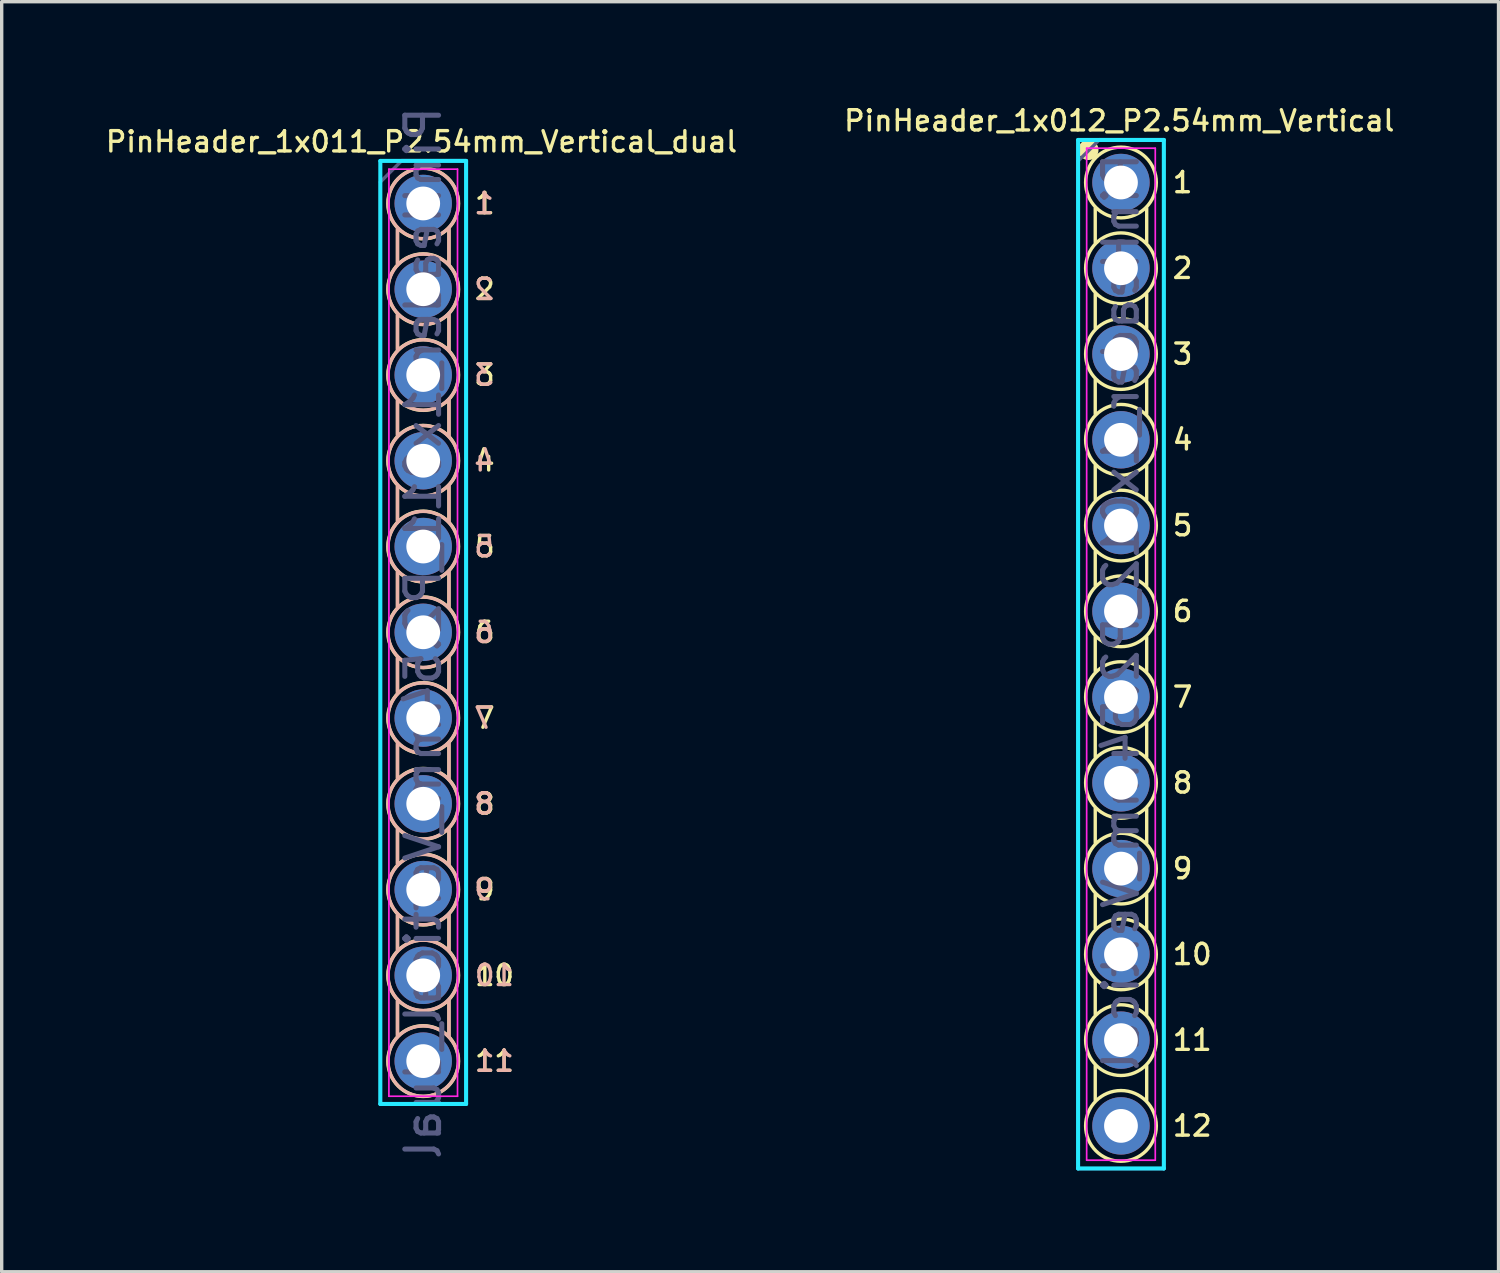
<source format=kicad_pcb>
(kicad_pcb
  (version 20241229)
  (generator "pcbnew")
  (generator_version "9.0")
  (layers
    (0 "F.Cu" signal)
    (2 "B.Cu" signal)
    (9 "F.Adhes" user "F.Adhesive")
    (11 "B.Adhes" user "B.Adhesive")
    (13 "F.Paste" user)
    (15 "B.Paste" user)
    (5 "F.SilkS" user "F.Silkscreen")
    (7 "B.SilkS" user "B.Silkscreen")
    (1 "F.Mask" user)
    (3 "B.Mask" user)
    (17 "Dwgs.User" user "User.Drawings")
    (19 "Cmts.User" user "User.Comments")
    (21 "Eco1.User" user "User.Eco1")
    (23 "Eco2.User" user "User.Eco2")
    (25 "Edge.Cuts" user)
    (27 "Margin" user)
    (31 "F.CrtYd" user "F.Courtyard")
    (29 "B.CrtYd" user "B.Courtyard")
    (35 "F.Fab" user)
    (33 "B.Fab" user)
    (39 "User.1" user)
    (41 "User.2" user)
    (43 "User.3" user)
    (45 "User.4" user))
  (footprint "PinHeader_1x012_P2.54mm_Vertical"
    (layer "F.Cu")
    (at 30.149 2.355)
    (property "Reference" "PinHeader_1x012_P2.54mm_Vertical" (at -0.051 -1.829 0) (layer "F.SilkS") (effects (font (size 0.6 0.6) (thickness 0.1))))
    (attr through_hole)
    (fp_line (start -0.762 0.762) (end -0.762 1.778) (stroke (width 0.1) (type solid)) (layer "F.SilkS"))
    (fp_line (start -0.762 3.302) (end -0.762 4.318) (stroke (width 0.1) (type solid)) (layer "F.SilkS"))
    (fp_line (start -0.762 5.842) (end -0.762 6.858) (stroke (width 0.1) (type solid)) (layer "F.SilkS"))
    (fp_line (start -0.762 8.382) (end -0.762 9.398) (stroke (width 0.1) (type solid)) (layer "F.SilkS"))
    (fp_line (start -0.762 10.922) (end -0.762 11.938) (stroke (width 0.1) (type solid)) (layer "F.SilkS"))
    (fp_line (start -0.762 13.462) (end -0.762 14.478) (stroke (width 0.1) (type solid)) (layer "F.SilkS"))
    (fp_line (start -0.762 16.002) (end -0.762 17.018) (stroke (width 0.1) (type solid)) (layer "F.SilkS"))
    (fp_line (start -0.762 18.542) (end -0.762 19.558) (stroke (width 0.1) (type solid)) (layer "F.SilkS"))
    (fp_line (start -0.762 21.082) (end -0.762 22.098) (stroke (width 0.1) (type solid)) (layer "F.SilkS"))
    (fp_line (start -0.762 23.622) (end -0.762 24.638) (stroke (width 0.1) (type solid)) (layer "F.SilkS"))
    (fp_line (start -0.762 26.162) (end -0.762 27.178) (stroke (width 0.1) (type solid)) (layer "F.SilkS"))
    (fp_line (start 0.762 0.762) (end 0.762 1.778) (stroke (width 0.1) (type solid)) (layer "F.SilkS"))
    (fp_line (start 0.762 3.302) (end 0.762 4.318) (stroke (width 0.1) (type solid)) (layer "F.SilkS"))
    (fp_line (start 0.762 5.842) (end 0.762 6.858) (stroke (width 0.1) (type solid)) (layer "F.SilkS"))
    (fp_line (start 0.762 8.382) (end 0.762 9.398) (stroke (width 0.1) (type solid)) (layer "F.SilkS"))
    (fp_line (start 0.762 10.922) (end 0.762 11.938) (stroke (width 0.1) (type solid)) (layer "F.SilkS"))
    (fp_line (start 0.762 13.462) (end 0.762 14.478) (stroke (width 0.1) (type solid)) (layer "F.SilkS"))
    (fp_line (start 0.762 16.002) (end 0.762 17.018) (stroke (width 0.1) (type solid)) (layer "F.SilkS"))
    (fp_line (start 0.762 18.542) (end 0.762 19.558) (stroke (width 0.1) (type solid)) (layer "F.SilkS"))
    (fp_line (start 0.762 21.082) (end 0.762 22.098) (stroke (width 0.1) (type solid)) (layer "F.SilkS"))
    (fp_line (start 0.762 23.622) (end 0.762 24.638) (stroke (width 0.1) (type solid)) (layer "F.SilkS"))
    (fp_line (start 0.762 26.162) (end 0.762 27.178) (stroke (width 0.1) (type solid)) (layer "F.SilkS"))
    (fp_circle (center -0.965 -0.965) (end -0.965 -0.965) (stroke (width 0.3) (type solid)) (fill no) (layer "F.SilkS"))
    (fp_circle (center 0 0) (end 0.813 0.66) (stroke (width 0.1) (type solid)) (fill no) (layer "F.SilkS"))
    (fp_circle (center 0 2.54) (end 0.813 3.2) (stroke (width 0.1) (type solid)) (fill no) (layer "F.SilkS"))
    (fp_circle (center 0 5.08) (end 0.813 5.74) (stroke (width 0.1) (type solid)) (fill no) (layer "F.SilkS"))
    (fp_circle (center 0 7.62) (end 0.813 8.28) (stroke (width 0.1) (type solid)) (fill no) (layer "F.SilkS"))
    (fp_circle (center 0 10.16) (end 0.813 10.82) (stroke (width 0.1) (type solid)) (fill no) (layer "F.SilkS"))
    (fp_circle (center 0 12.7) (end 0.813 13.36) (stroke (width 0.1) (type solid)) (fill no) (layer "F.SilkS"))
    (fp_circle (center 0 15.24) (end 0.813 15.9) (stroke (width 0.1) (type solid)) (fill no) (layer "F.SilkS"))
    (fp_circle (center 0 17.78) (end 0.813 18.44) (stroke (width 0.1) (type solid)) (fill no) (layer "F.SilkS"))
    (fp_circle (center 0 20.32) (end 0.813 20.98) (stroke (width 0.1) (type solid)) (fill no) (layer "F.SilkS"))
    (fp_circle (center 0 22.86) (end 0.813 23.52) (stroke (width 0.1) (type solid)) (fill no) (layer "F.SilkS"))
    (fp_circle (center 0 25.4) (end 0.813 26.06) (stroke (width 0.1) (type solid)) (fill no) (layer "F.SilkS"))
    (fp_circle (center 0 27.94) (end 0.813 28.6) (stroke (width 0.1) (type solid)) (fill no) (layer "F.SilkS"))
    (fp_line (start -1.27 -1.26) (end -1.27 29.2) (stroke (width 0.12) (type solid)) (layer "B.CrtYd"))
    (fp_line (start -1.27 29.2) (end 1.27 29.2) (stroke (width 0.12) (type solid)) (layer "B.CrtYd"))
    (fp_line (start 1.27 -1.26) (end -1.27 -1.26) (stroke (width 0.12) (type solid)) (layer "B.CrtYd"))
    (fp_line (start 1.27 29.2) (end 1.27 -1.26) (stroke (width 0.12) (type solid)) (layer "B.CrtYd"))
    (fp_line (start -1.016 -1.016) (end -1.016 28.956) (stroke (width 0.05) (type solid)) (layer "F.CrtYd"))
    (fp_line (start -1.016 28.956) (end 1.016 28.956) (stroke (width 0.05) (type solid)) (layer "F.CrtYd"))
    (fp_line (start 1.016 -1.016) (end -1.016 -1.016) (stroke (width 0.05) (type solid)) (layer "F.CrtYd"))
    (fp_line (start 1.016 28.956) (end 1.016 -1.016) (stroke (width 0.05) (type solid)) (layer "F.CrtYd"))
    (fp_line (start -1.27 -0.635) (end -0.635 -1.27) (stroke (width 0.1) (type solid)) (layer "B.Fab"))
    (fp_line (start -1.27 29.21) (end -1.27 -0.635) (stroke (width 0.1) (type solid)) (layer "B.Fab"))
    (fp_line (start -0.635 -1.27) (end 1.27 -1.27) (stroke (width 0.1) (type solid)) (layer "B.Fab"))
    (fp_line (start 1.27 -1.27) (end 1.27 29.21) (stroke (width 0.1) (type solid)) (layer "B.Fab"))
    (fp_line (start 1.27 29.21) (end -1.27 29.21) (stroke (width 0.1) (type solid)) (layer "B.Fab"))
    (fp_text user "10" (at 1.473 22.86 0) (layer "F.SilkS") (effects (font (size 0.6 0.6) (thickness 0.1)) (justify left)))
    (fp_text user "6" (at 1.473 12.7 0) (layer "F.SilkS") (effects (font (size 0.6 0.6) (thickness 0.1)) (justify left)))
    (fp_text user "12" (at 1.473 27.94 0) (layer "F.SilkS") (effects (font (size 0.6 0.6) (thickness 0.1)) (justify left)))
    (fp_text user "3" (at 1.473 5.08 0) (layer "F.SilkS") (effects (font (size 0.6 0.6) (thickness 0.1)) (justify left)))
    (fp_text user "11" (at 1.473 25.4 0) (layer "F.SilkS") (effects (font (size 0.6 0.6) (thickness 0.1)) (justify left)))
    (fp_text user "7" (at 1.473 15.24 0) (layer "F.SilkS") (effects (font (size 0.6 0.6) (thickness 0.1)) (justify left)))
    (fp_text user "4" (at 1.473 7.62 0) (layer "F.SilkS") (effects (font (size 0.6 0.6) (thickness 0.1)) (justify left)))
    (fp_text user "2" (at 1.473 2.54 0) (layer "F.SilkS") (effects (font (size 0.6 0.6) (thickness 0.1)) (justify left)))
    (fp_text user "8" (at 1.473 17.78 0) (layer "F.SilkS") (effects (font (size 0.6 0.6) (thickness 0.1)) (justify left)))
    (fp_text user "5" (at 1.473 10.16 0) (layer "F.SilkS") (effects (font (size 0.6 0.6) (thickness 0.1)) (justify left)))
    (fp_text user "1" (at 1.473 0 0) (layer "F.SilkS") (effects (font (size 0.6 0.6) (thickness 0.1)) (justify left)))
    (fp_text user "9" (at 1.473 20.32 0) (layer "F.SilkS") (effects (font (size 0.6 0.6) (thickness 0.1)) (justify left)))
    (fp_text user "${REFERENCE}" (at 0 12.72 90) (layer "B.Fab") (effects (font (size 1 1) (thickness 0.15)) (justify mirror)))
    (pad "1" thru_hole circle (at 0 0) (size 1.7 1.7) (drill 1) (layers "*.Cu" "*.Mask"))
    (pad "2" thru_hole oval (at 0 2.54) (size 1.7 1.7) (drill 1) (layers "*.Cu" "*.Mask"))
    (pad "3" thru_hole oval (at 0 5.08) (size 1.7 1.7) (drill 1) (layers "*.Cu" "*.Mask"))
    (pad "4" thru_hole oval (at 0 7.62) (size 1.7 1.7) (drill 1) (layers "*.Cu" "*.Mask"))
    (pad "5" thru_hole oval (at 0 10.16) (size 1.7 1.7) (drill 1) (layers "*.Cu" "*.Mask"))
    (pad "6" thru_hole oval (at 0 12.7) (size 1.7 1.7) (drill 1) (layers "*.Cu" "*.Mask"))
    (pad "7" thru_hole oval (at 0 15.24) (size 1.7 1.7) (drill 1) (layers "*.Cu" "*.Mask"))
    (pad "8" thru_hole oval (at 0 17.78) (size 1.7 1.7) (drill 1) (layers "*.Cu" "*.Mask"))
    (pad "9" thru_hole oval (at 0 20.32) (size 1.7 1.7) (drill 1) (layers "*.Cu" "*.Mask"))
    (pad "10" thru_hole oval (at 0 22.86) (size 1.7 1.7) (drill 1) (layers "*.Cu" "*.Mask"))
    (pad "11" thru_hole oval (at 0 25.4) (size 1.7 1.7) (drill 1) (layers "*.Cu" "*.Mask"))
    (pad "12" thru_hole oval (at 0 27.94) (size 1.7 1.7) (drill 1) (layers "*.Cu" "*.Mask")))
  (footprint "PinHeader_1x011_P2.54mm_Vertical_dual"
    (layer "F.Cu")
    (at 9.484 2.976)
    (property "Reference" "PinHeader_1x011_P2.54mm_Vertical_dual" (at -0.051 -1.829 0) (layer "F.SilkS") (effects (font (size 0.6 0.6) (thickness 0.1))))
    (attr through_hole)
    (fp_line (start -0.762 0.762) (end -0.762 1.778) (stroke (width 0.1) (type solid)) (layer "F.SilkS"))
    (fp_line (start -0.762 3.302) (end -0.762 4.318) (stroke (width 0.1) (type solid)) (layer "F.SilkS"))
    (fp_line (start -0.762 5.842) (end -0.762 6.858) (stroke (width 0.1) (type solid)) (layer "F.SilkS"))
    (fp_line (start -0.762 8.382) (end -0.762 9.398) (stroke (width 0.1) (type solid)) (layer "F.SilkS"))
    (fp_line (start -0.762 10.922) (end -0.762 11.938) (stroke (width 0.1) (type solid)) (layer "F.SilkS"))
    (fp_line (start -0.762 13.462) (end -0.762 14.478) (stroke (width 0.1) (type solid)) (layer "F.SilkS"))
    (fp_line (start -0.762 16.002) (end -0.762 17.018) (stroke (width 0.1) (type solid)) (layer "F.SilkS"))
    (fp_line (start -0.762 18.542) (end -0.762 19.558) (stroke (width 0.1) (type solid)) (layer "F.SilkS"))
    (fp_line (start -0.762 21.082) (end -0.762 22.098) (stroke (width 0.1) (type solid)) (layer "F.SilkS"))
    (fp_line (start -0.762 23.622) (end -0.762 24.638) (stroke (width 0.1) (type solid)) (layer "F.SilkS"))
    (fp_line (start 0.762 0.762) (end 0.762 1.778) (stroke (width 0.1) (type solid)) (layer "F.SilkS"))
    (fp_line (start 0.762 3.302) (end 0.762 4.318) (stroke (width 0.1) (type solid)) (layer "F.SilkS"))
    (fp_line (start 0.762 5.842) (end 0.762 6.858) (stroke (width 0.1) (type solid)) (layer "F.SilkS"))
    (fp_line (start 0.762 8.382) (end 0.762 9.398) (stroke (width 0.1) (type solid)) (layer "F.SilkS"))
    (fp_line (start 0.762 10.922) (end 0.762 11.938) (stroke (width 0.1) (type solid)) (layer "F.SilkS"))
    (fp_line (start 0.762 13.462) (end 0.762 14.478) (stroke (width 0.1) (type solid)) (layer "F.SilkS"))
    (fp_line (start 0.762 16.002) (end 0.762 17.018) (stroke (width 0.1) (type solid)) (layer "F.SilkS"))
    (fp_line (start 0.762 18.542) (end 0.762 19.558) (stroke (width 0.1) (type solid)) (layer "F.SilkS"))
    (fp_line (start 0.762 21.082) (end 0.762 22.098) (stroke (width 0.1) (type solid)) (layer "F.SilkS"))
    (fp_line (start 0.762 23.622) (end 0.762 24.638) (stroke (width 0.1) (type solid)) (layer "F.SilkS"))
    (fp_circle (center 0 0) (end 0.813 0.66) (stroke (width 0.1) (type solid)) (fill no) (layer "F.SilkS"))
    (fp_circle (center 0 2.54) (end 0.813 3.2) (stroke (width 0.1) (type solid)) (fill no) (layer "F.SilkS"))
    (fp_circle (center 0 5.08) (end 0.813 5.74) (stroke (width 0.1) (type solid)) (fill no) (layer "F.SilkS"))
    (fp_circle (center 0 7.62) (end 0.813 8.28) (stroke (width 0.1) (type solid)) (fill no) (layer "F.SilkS"))
    (fp_circle (center 0 10.16) (end 0.813 10.82) (stroke (width 0.1) (type solid)) (fill no) (layer "F.SilkS"))
    (fp_circle (center 0 12.7) (end 0.813 13.36) (stroke (width 0.1) (type solid)) (fill no) (layer "F.SilkS"))
    (fp_circle (center 0 15.24) (end 0.813 15.9) (stroke (width 0.1) (type solid)) (fill no) (layer "F.SilkS"))
    (fp_circle (center 0 17.78) (end 0.813 18.44) (stroke (width 0.1) (type solid)) (fill no) (layer "F.SilkS"))
    (fp_circle (center 0 20.32) (end 0.813 20.98) (stroke (width 0.1) (type solid)) (fill no) (layer "F.SilkS"))
    (fp_circle (center 0 22.86) (end 0.813 23.52) (stroke (width 0.1) (type solid)) (fill no) (layer "F.SilkS"))
    (fp_circle (center 0 25.4) (end 0.813 26.06) (stroke (width 0.1) (type solid)) (fill no) (layer "F.SilkS"))
    (fp_line (start -0.762 0.737) (end -0.762 1.803) (stroke (width 0.1) (type solid)) (layer "B.SilkS"))
    (fp_line (start -0.762 3.277) (end -0.762 4.343) (stroke (width 0.1) (type solid)) (layer "B.SilkS"))
    (fp_line (start -0.762 5.817) (end -0.762 6.883) (stroke (width 0.1) (type solid)) (layer "B.SilkS"))
    (fp_line (start -0.762 8.357) (end -0.762 9.423) (stroke (width 0.1) (type solid)) (layer "B.SilkS"))
    (fp_line (start -0.762 10.897) (end -0.762 11.963) (stroke (width 0.1) (type solid)) (layer "B.SilkS"))
    (fp_line (start -0.762 13.437) (end -0.762 14.503) (stroke (width 0.1) (type solid)) (layer "B.SilkS"))
    (fp_line (start -0.762 15.977) (end -0.762 17.043) (stroke (width 0.1) (type solid)) (layer "B.SilkS"))
    (fp_line (start -0.762 18.517) (end -0.762 19.583) (stroke (width 0.1) (type solid)) (layer "B.SilkS"))
    (fp_line (start -0.762 21.057) (end -0.762 22.123) (stroke (width 0.1) (type solid)) (layer "B.SilkS"))
    (fp_line (start -0.762 23.597) (end -0.762 24.663) (stroke (width 0.1) (type solid)) (layer "B.SilkS"))
    (fp_line (start 0.762 0.737) (end 0.762 1.803) (stroke (width 0.1) (type solid)) (layer "B.SilkS"))
    (fp_line (start 0.762 3.277) (end 0.762 4.343) (stroke (width 0.1) (type solid)) (layer "B.SilkS"))
    (fp_line (start 0.762 5.817) (end 0.762 6.883) (stroke (width 0.1) (type solid)) (layer "B.SilkS"))
    (fp_line (start 0.762 8.357) (end 0.762 9.423) (stroke (width 0.1) (type solid)) (layer "B.SilkS"))
    (fp_line (start 0.762 10.897) (end 0.762 11.963) (stroke (width 0.1) (type solid)) (layer "B.SilkS"))
    (fp_line (start 0.762 13.437) (end 0.762 14.503) (stroke (width 0.1) (type solid)) (layer "B.SilkS"))
    (fp_line (start 0.762 15.977) (end 0.762 17.043) (stroke (width 0.1) (type solid)) (layer "B.SilkS"))
    (fp_line (start 0.762 18.517) (end 0.762 19.583) (stroke (width 0.1) (type solid)) (layer "B.SilkS"))
    (fp_line (start 0.762 21.057) (end 0.762 22.123) (stroke (width 0.1) (type solid)) (layer "B.SilkS"))
    (fp_line (start 0.762 23.597) (end 0.762 24.663) (stroke (width 0.1) (type solid)) (layer "B.SilkS"))
    (fp_circle (center 0 0) (end 0.025 -1.041) (stroke (width 0.1) (type solid)) (fill no) (layer "B.SilkS"))
    (fp_circle (center 0 2.54) (end 0.025 1.499) (stroke (width 0.1) (type solid)) (fill no) (layer "B.SilkS"))
    (fp_circle (center 0 5.08) (end 0.025 4.039) (stroke (width 0.1) (type solid)) (fill no) (layer "B.SilkS"))
    (fp_circle (center 0 7.62) (end 0.025 6.579) (stroke (width 0.1) (type solid)) (fill no) (layer "B.SilkS"))
    (fp_circle (center 0 10.16) (end 0.025 9.119) (stroke (width 0.1) (type solid)) (fill no) (layer "B.SilkS"))
    (fp_circle (center 0 12.7) (end 0.025 11.659) (stroke (width 0.1) (type solid)) (fill no) (layer "B.SilkS"))
    (fp_circle (center 0 15.24) (end 0.025 14.199) (stroke (width 0.1) (type solid)) (fill no) (layer "B.SilkS"))
    (fp_circle (center 0 17.78) (end 0.025 16.739) (stroke (width 0.1) (type solid)) (fill no) (layer "B.SilkS"))
    (fp_circle (center 0 20.32) (end 0.025 19.279) (stroke (width 0.1) (type solid)) (fill no) (layer "B.SilkS"))
    (fp_circle (center 0 22.86) (end 0.025 21.819) (stroke (width 0.1) (type solid)) (fill no) (layer "B.SilkS"))
    (fp_circle (center 0 25.4) (end 0.025 24.359) (stroke (width 0.1) (type solid)) (fill no) (layer "B.SilkS"))
    (fp_line (start -1.27 -1.26) (end -1.27 26.67) (stroke (width 0.12) (type solid)) (layer "B.CrtYd"))
    (fp_line (start -1.27 26.67) (end 1.27 26.67) (stroke (width 0.12) (type solid)) (layer "B.CrtYd"))
    (fp_line (start 1.27 -1.26) (end -1.27 -1.26) (stroke (width 0.12) (type solid)) (layer "B.CrtYd"))
    (fp_line (start 1.27 26.67) (end 1.27 -1.26) (stroke (width 0.12) (type solid)) (layer "B.CrtYd"))
    (fp_line (start -1.016 -1.016) (end -1.016 26.441) (stroke (width 0.05) (type solid)) (layer "F.CrtYd"))
    (fp_line (start -1.016 26.441) (end 1.016 26.441) (stroke (width 0.05) (type solid)) (layer "F.CrtYd"))
    (fp_line (start 1.016 -1.016) (end -1.016 -1.016) (stroke (width 0.05) (type solid)) (layer "F.CrtYd"))
    (fp_line (start 1.016 26.441) (end 1.016 -1.016) (stroke (width 0.05) (type solid)) (layer "F.CrtYd"))
    (fp_line (start -1.27 -0.635) (end -0.635 -1.27) (stroke (width 0.1) (type solid)) (layer "B.Fab"))
    (fp_line (start -1.27 26.67) (end -1.27 -0.635) (stroke (width 0.1) (type solid)) (layer "B.Fab"))
    (fp_line (start -0.635 -1.27) (end 1.27 -1.27) (stroke (width 0.1) (type solid)) (layer "B.Fab"))
    (fp_line (start 1.27 -1.27) (end 1.27 26.67) (stroke (width 0.1) (type solid)) (layer "B.Fab"))
    (fp_line (start 1.27 26.67) (end -1.27 26.67) (stroke (width 0.1) (type solid)) (layer "B.Fab"))
    (fp_text user "9" (at 1.473 20.32 0) (layer "F.SilkS") (effects (font (size 0.6 0.6) (thickness 0.1)) (justify left)))
    (fp_text user "3" (at 1.473 5.08 0) (layer "F.SilkS") (effects (font (size 0.6 0.6) (thickness 0.1)) (justify left)))
    (fp_text user "8" (at 1.473 17.78 0) (layer "F.SilkS") (effects (font (size 0.6 0.6) (thickness 0.1)) (justify left)))
    (fp_text user "11" (at 1.473 25.4 0) (layer "F.SilkS") (effects (font (size 0.6 0.6) (thickness 0.1)) (justify left)))
    (fp_text user "2" (at 1.473 2.54 0) (layer "F.SilkS") (effects (font (size 0.6 0.6) (thickness 0.1)) (justify left)))
    (fp_text user "7" (at 1.473 15.24 0) (layer "F.SilkS") (effects (font (size 0.6 0.6) (thickness 0.1)) (justify left)))
    (fp_text user "1" (at 1.473 0 0) (layer "F.SilkS") (effects (font (size 0.6 0.6) (thickness 0.1)) (justify left)))
    (fp_text user "4" (at 1.473 7.62 0) (layer "F.SilkS") (effects (font (size 0.6 0.6) (thickness 0.1)) (justify left)))
    (fp_text user "10" (at 1.473 22.86 0) (layer "F.SilkS") (effects (font (size 0.6 0.6) (thickness 0.1)) (justify left)))
    (fp_text user "6" (at 1.473 12.7 0) (layer "F.SilkS") (effects (font (size 0.6 0.6) (thickness 0.1)) (justify left)))
    (fp_text user "5" (at 1.473 10.16 0) (layer "F.SilkS") (effects (font (size 0.6 0.6) (thickness 0.1)) (justify left)))
    (fp_text user "2" (at 1.803 2.54 0) (layer "B.SilkS") (effects (font (size 0.6 0.6) (thickness 0.1)) (justify mirror)))
    (fp_text user "4" (at 1.803 7.62 0) (layer "B.SilkS") (effects (font (size 0.6 0.6) (thickness 0.1)) (justify mirror)))
    (fp_text user "3" (at 1.803 5.08 0) (layer "B.SilkS") (effects (font (size 0.6 0.6) (thickness 0.1)) (justify mirror)))
    (fp_text user "7" (at 1.803 15.24 0) (layer "B.SilkS") (effects (font (size 0.6 0.6) (thickness 0.1)) (justify mirror)))
    (fp_text user "10" (at 2.108 22.86 0) (layer "B.SilkS") (effects (font (size 0.6 0.6) (thickness 0.1)) (justify mirror)))
    (fp_text user "9" (at 1.803 20.32 0) (layer "B.SilkS") (effects (font (size 0.6 0.6) (thickness 0.1)) (justify mirror)))
    (fp_text user "1" (at 1.803 0 0) (layer "B.SilkS") (effects (font (size 0.6 0.6) (thickness 0.1)) (justify mirror)))
    (fp_text user "8" (at 1.803 17.78 0) (layer "B.SilkS") (effects (font (size 0.6 0.6) (thickness 0.1)) (justify mirror)))
    (fp_text user "11" (at 2.108 25.4 0) (layer "B.SilkS") (effects (font (size 0.6 0.6) (thickness 0.1)) (justify mirror)))
    (fp_text user "6" (at 1.803 12.7 0) (layer "B.SilkS") (effects (font (size 0.6 0.6) (thickness 0.1)) (justify mirror)))
    (fp_text user "5" (at 1.803 10.16 0) (layer "B.SilkS") (effects (font (size 0.6 0.6) (thickness 0.1)) (justify mirror)))
    (fp_text user "${REFERENCE}" (at 0 12.72 90) (layer "B.Fab") (effects (font (size 1 1) (thickness 0.15)) (justify mirror)))
    (pad "1" thru_hole circle (at 0 0) (size 1.7 1.7) (drill 1) (layers "*.Cu" "*.Mask"))
    (pad "2" thru_hole oval (at 0 2.54) (size 1.7 1.7) (drill 1) (layers "*.Cu" "*.Mask"))
    (pad "3" thru_hole oval (at 0 5.08) (size 1.7 1.7) (drill 1) (layers "*.Cu" "*.Mask"))
    (pad "4" thru_hole oval (at 0 7.62) (size 1.7 1.7) (drill 1) (layers "*.Cu" "*.Mask"))
    (pad "5" thru_hole oval (at 0 10.16) (size 1.7 1.7) (drill 1) (layers "*.Cu" "*.Mask"))
    (pad "6" thru_hole oval (at 0 12.7) (size 1.7 1.7) (drill 1) (layers "*.Cu" "*.Mask"))
    (pad "7" thru_hole oval (at 0 15.24) (size 1.7 1.7) (drill 1) (layers "*.Cu" "*.Mask"))
    (pad "8" thru_hole oval (at 0 17.78) (size 1.7 1.7) (drill 1) (layers "*.Cu" "*.Mask"))
    (pad "9" thru_hole oval (at 0 20.32) (size 1.7 1.7) (drill 1) (layers "*.Cu" "*.Mask"))
    (pad "10" thru_hole oval (at 0 22.86) (size 1.7 1.7) (drill 1) (layers "*.Cu" "*.Mask"))
    (pad "11" thru_hole oval (at 0 25.4) (size 1.7 1.7) (drill 1) (layers "*.Cu" "*.Mask")))
  (gr_rect
    (start -3 -3)
    (end 41.331 34.615)
    (stroke (width 0.1) (type default))
    (fill no)
    (layer "Edge.Cuts")))
</source>
